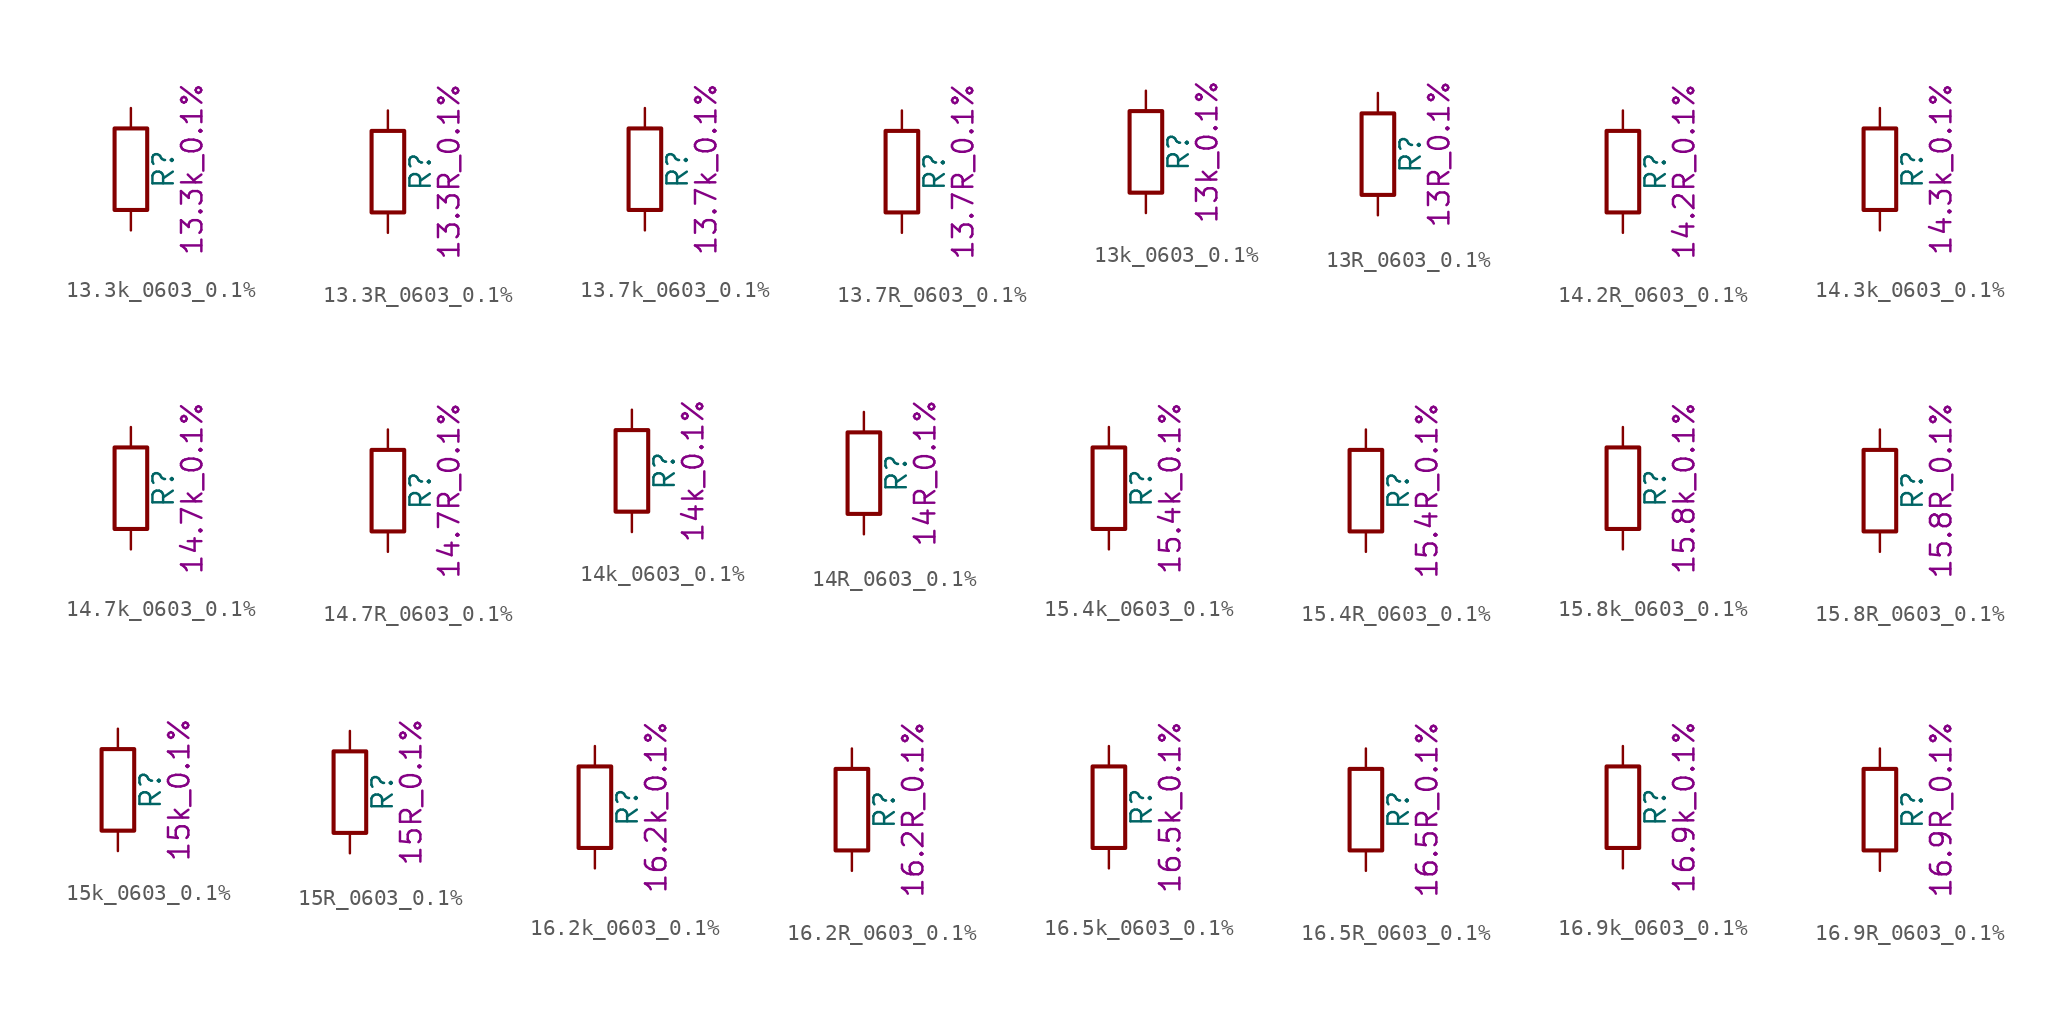
<source format=kicad_sym>
(kicad_symbol_lib
  (version 20211014)
  (generator kicad_symbol_editor)
  (symbol "13.3k_0603_0.1%"
    (pin_numbers hide)
    (pin_names
      (offset 0))
    (property "Reference" "R"
      (at 2.032 0 90)
      (effects (font (size 1.27 1.27))))
    (property "Display" "13.3k_0.1%"
      (at 3.81 0 90)
      (effects (font (size 1.27 1.27))))
    (symbol "13.3k_0603_0.1%_0_1"
      (rectangle (start -1.016 -2.54) (end 1.016 2.54) (stroke (width 0.254) (type default) (color 0 0 0 0)) (fill (type none))))
    (symbol "13.3k_0603_0.1%_1_1"
      (pin passive line (at 0 3.81 270) (length 1.27) (name "~" (effects (font (size 1.27 1.27)))) (number "1" (effects (font (size 1.27 1.27)))))
      (pin passive line (at 0 -3.81 90) (length 1.27) (name "~" (effects (font (size 1.27 1.27)))) (number "2" (effects (font (size 1.27 1.27)))))))
  (symbol "13.3R_0603_0.1%"
    (pin_numbers hide)
    (pin_names
      (offset 0))
    (property "Reference" "R"
      (at 2.032 0 90)
      (effects (font (size 1.27 1.27))))
    (property "Display" "13.3R_0.1%"
      (at 3.81 0 90)
      (effects (font (size 1.27 1.27))))
    (symbol "13.3R_0603_0.1%_0_1"
      (rectangle (start -1.016 -2.54) (end 1.016 2.54) (stroke (width 0.254) (type default) (color 0 0 0 0)) (fill (type none))))
    (symbol "13.3R_0603_0.1%_1_1"
      (pin passive line (at 0 3.81 270) (length 1.27) (name "~" (effects (font (size 1.27 1.27)))) (number "1" (effects (font (size 1.27 1.27)))))
      (pin passive line (at 0 -3.81 90) (length 1.27) (name "~" (effects (font (size 1.27 1.27)))) (number "2" (effects (font (size 1.27 1.27)))))))
  (symbol "13.7k_0603_0.1%"
    (pin_numbers hide)
    (pin_names
      (offset 0))
    (property "Reference" "R"
      (at 2.032 0 90)
      (effects (font (size 1.27 1.27))))
    (property "Display" "13.7k_0.1%"
      (at 3.81 0 90)
      (effects (font (size 1.27 1.27))))
    (symbol "13.7k_0603_0.1%_0_1"
      (rectangle (start -1.016 -2.54) (end 1.016 2.54) (stroke (width 0.254) (type default) (color 0 0 0 0)) (fill (type none))))
    (symbol "13.7k_0603_0.1%_1_1"
      (pin passive line (at 0 3.81 270) (length 1.27) (name "~" (effects (font (size 1.27 1.27)))) (number "1" (effects (font (size 1.27 1.27)))))
      (pin passive line (at 0 -3.81 90) (length 1.27) (name "~" (effects (font (size 1.27 1.27)))) (number "2" (effects (font (size 1.27 1.27)))))))
  (symbol "13.7R_0603_0.1%"
    (pin_numbers hide)
    (pin_names
      (offset 0))
    (property "Reference" "R"
      (at 2.032 0 90)
      (effects (font (size 1.27 1.27))))
    (property "Display" "13.7R_0.1%"
      (at 3.81 0 90)
      (effects (font (size 1.27 1.27))))
    (symbol "13.7R_0603_0.1%_0_1"
      (rectangle (start -1.016 -2.54) (end 1.016 2.54) (stroke (width 0.254) (type default) (color 0 0 0 0)) (fill (type none))))
    (symbol "13.7R_0603_0.1%_1_1"
      (pin passive line (at 0 3.81 270) (length 1.27) (name "~" (effects (font (size 1.27 1.27)))) (number "1" (effects (font (size 1.27 1.27)))))
      (pin passive line (at 0 -3.81 90) (length 1.27) (name "~" (effects (font (size 1.27 1.27)))) (number "2" (effects (font (size 1.27 1.27)))))))
  (symbol "13k_0603_0.1%"
    (pin_numbers hide)
    (pin_names
      (offset 0))
    (property "Reference" "R"
      (at 2.032 0 90)
      (effects (font (size 1.27 1.27))))
    (property "Display" "13k_0.1%"
      (at 3.81 0 90)
      (effects (font (size 1.27 1.27))))
    (symbol "13k_0603_0.1%_0_1"
      (rectangle (start -1.016 -2.54) (end 1.016 2.54) (stroke (width 0.254) (type default) (color 0 0 0 0)) (fill (type none))))
    (symbol "13k_0603_0.1%_1_1"
      (pin passive line (at 0 3.81 270) (length 1.27) (name "~" (effects (font (size 1.27 1.27)))) (number "1" (effects (font (size 1.27 1.27)))))
      (pin passive line (at 0 -3.81 90) (length 1.27) (name "~" (effects (font (size 1.27 1.27)))) (number "2" (effects (font (size 1.27 1.27)))))))
  (symbol "13R_0603_0.1%"
    (pin_numbers hide)
    (pin_names
      (offset 0))
    (property "Reference" "R"
      (at 2.032 0 90)
      (effects (font (size 1.27 1.27))))
    (property "Display" "13R_0.1%"
      (at 3.81 0 90)
      (effects (font (size 1.27 1.27))))
    (symbol "13R_0603_0.1%_0_1"
      (rectangle (start -1.016 -2.54) (end 1.016 2.54) (stroke (width 0.254) (type default) (color 0 0 0 0)) (fill (type none))))
    (symbol "13R_0603_0.1%_1_1"
      (pin passive line (at 0 3.81 270) (length 1.27) (name "~" (effects (font (size 1.27 1.27)))) (number "1" (effects (font (size 1.27 1.27)))))
      (pin passive line (at 0 -3.81 90) (length 1.27) (name "~" (effects (font (size 1.27 1.27)))) (number "2" (effects (font (size 1.27 1.27)))))))
  (symbol "14.2R_0603_0.1%"
    (pin_numbers hide)
    (pin_names
      (offset 0))
    (property "Reference" "R"
      (at 2.032 0 90)
      (effects (font (size 1.27 1.27))))
    (property "Display" "14.2R_0.1%"
      (at 3.81 0 90)
      (effects (font (size 1.27 1.27))))
    (symbol "14.2R_0603_0.1%_0_1"
      (rectangle (start -1.016 -2.54) (end 1.016 2.54) (stroke (width 0.254) (type default) (color 0 0 0 0)) (fill (type none))))
    (symbol "14.2R_0603_0.1%_1_1"
      (pin passive line (at 0 3.81 270) (length 1.27) (name "~" (effects (font (size 1.27 1.27)))) (number "1" (effects (font (size 1.27 1.27)))))
      (pin passive line (at 0 -3.81 90) (length 1.27) (name "~" (effects (font (size 1.27 1.27)))) (number "2" (effects (font (size 1.27 1.27)))))))
  (symbol "14.3k_0603_0.1%"
    (pin_numbers hide)
    (pin_names
      (offset 0))
    (property "Reference" "R"
      (at 2.032 0 90)
      (effects (font (size 1.27 1.27))))
    (property "Display" "14.3k_0.1%"
      (at 3.81 0 90)
      (effects (font (size 1.27 1.27))))
    (symbol "14.3k_0603_0.1%_0_1"
      (rectangle (start -1.016 -2.54) (end 1.016 2.54) (stroke (width 0.254) (type default) (color 0 0 0 0)) (fill (type none))))
    (symbol "14.3k_0603_0.1%_1_1"
      (pin passive line (at 0 3.81 270) (length 1.27) (name "~" (effects (font (size 1.27 1.27)))) (number "1" (effects (font (size 1.27 1.27)))))
      (pin passive line (at 0 -3.81 90) (length 1.27) (name "~" (effects (font (size 1.27 1.27)))) (number "2" (effects (font (size 1.27 1.27)))))))
  (symbol "14.7k_0603_0.1%"
    (pin_numbers hide)
    (pin_names
      (offset 0))
    (property "Reference" "R"
      (at 2.032 0 90)
      (effects (font (size 1.27 1.27))))
    (property "Display" "14.7k_0.1%"
      (at 3.81 0 90)
      (effects (font (size 1.27 1.27))))
    (symbol "14.7k_0603_0.1%_0_1"
      (rectangle (start -1.016 -2.54) (end 1.016 2.54) (stroke (width 0.254) (type default) (color 0 0 0 0)) (fill (type none))))
    (symbol "14.7k_0603_0.1%_1_1"
      (pin passive line (at 0 3.81 270) (length 1.27) (name "~" (effects (font (size 1.27 1.27)))) (number "1" (effects (font (size 1.27 1.27)))))
      (pin passive line (at 0 -3.81 90) (length 1.27) (name "~" (effects (font (size 1.27 1.27)))) (number "2" (effects (font (size 1.27 1.27)))))))
  (symbol "14.7R_0603_0.1%"
    (pin_numbers hide)
    (pin_names
      (offset 0))
    (property "Reference" "R"
      (at 2.032 0 90)
      (effects (font (size 1.27 1.27))))
    (property "Display" "14.7R_0.1%"
      (at 3.81 0 90)
      (effects (font (size 1.27 1.27))))
    (symbol "14.7R_0603_0.1%_0_1"
      (rectangle (start -1.016 -2.54) (end 1.016 2.54) (stroke (width 0.254) (type default) (color 0 0 0 0)) (fill (type none))))
    (symbol "14.7R_0603_0.1%_1_1"
      (pin passive line (at 0 3.81 270) (length 1.27) (name "~" (effects (font (size 1.27 1.27)))) (number "1" (effects (font (size 1.27 1.27)))))
      (pin passive line (at 0 -3.81 90) (length 1.27) (name "~" (effects (font (size 1.27 1.27)))) (number "2" (effects (font (size 1.27 1.27)))))))
  (symbol "14k_0603_0.1%"
    (pin_numbers hide)
    (pin_names
      (offset 0))
    (property "Reference" "R"
      (at 2.032 0 90)
      (effects (font (size 1.27 1.27))))
    (property "Display" "14k_0.1%"
      (at 3.81 0 90)
      (effects (font (size 1.27 1.27))))
    (symbol "14k_0603_0.1%_0_1"
      (rectangle (start -1.016 -2.54) (end 1.016 2.54) (stroke (width 0.254) (type default) (color 0 0 0 0)) (fill (type none))))
    (symbol "14k_0603_0.1%_1_1"
      (pin passive line (at 0 3.81 270) (length 1.27) (name "~" (effects (font (size 1.27 1.27)))) (number "1" (effects (font (size 1.27 1.27)))))
      (pin passive line (at 0 -3.81 90) (length 1.27) (name "~" (effects (font (size 1.27 1.27)))) (number "2" (effects (font (size 1.27 1.27)))))))
  (symbol "14R_0603_0.1%"
    (pin_numbers hide)
    (pin_names
      (offset 0))
    (property "Reference" "R"
      (at 2.032 0 90)
      (effects (font (size 1.27 1.27))))
    (property "Display" "14R_0.1%"
      (at 3.81 0 90)
      (effects (font (size 1.27 1.27))))
    (symbol "14R_0603_0.1%_0_1"
      (rectangle (start -1.016 -2.54) (end 1.016 2.54) (stroke (width 0.254) (type default) (color 0 0 0 0)) (fill (type none))))
    (symbol "14R_0603_0.1%_1_1"
      (pin passive line (at 0 3.81 270) (length 1.27) (name "~" (effects (font (size 1.27 1.27)))) (number "1" (effects (font (size 1.27 1.27)))))
      (pin passive line (at 0 -3.81 90) (length 1.27) (name "~" (effects (font (size 1.27 1.27)))) (number "2" (effects (font (size 1.27 1.27)))))))
  (symbol "15.4k_0603_0.1%"
    (pin_numbers hide)
    (pin_names
      (offset 0))
    (property "Reference" "R"
      (at 2.032 0 90)
      (effects (font (size 1.27 1.27))))
    (property "Display" "15.4k_0.1%"
      (at 3.81 0 90)
      (effects (font (size 1.27 1.27))))
    (symbol "15.4k_0603_0.1%_0_1"
      (rectangle (start -1.016 -2.54) (end 1.016 2.54) (stroke (width 0.254) (type default) (color 0 0 0 0)) (fill (type none))))
    (symbol "15.4k_0603_0.1%_1_1"
      (pin passive line (at 0 3.81 270) (length 1.27) (name "~" (effects (font (size 1.27 1.27)))) (number "1" (effects (font (size 1.27 1.27)))))
      (pin passive line (at 0 -3.81 90) (length 1.27) (name "~" (effects (font (size 1.27 1.27)))) (number "2" (effects (font (size 1.27 1.27)))))))
  (symbol "15.4R_0603_0.1%"
    (pin_numbers hide)
    (pin_names
      (offset 0))
    (property "Reference" "R"
      (at 2.032 0 90)
      (effects (font (size 1.27 1.27))))
    (property "Display" "15.4R_0.1%"
      (at 3.81 0 90)
      (effects (font (size 1.27 1.27))))
    (symbol "15.4R_0603_0.1%_0_1"
      (rectangle (start -1.016 -2.54) (end 1.016 2.54) (stroke (width 0.254) (type default) (color 0 0 0 0)) (fill (type none))))
    (symbol "15.4R_0603_0.1%_1_1"
      (pin passive line (at 0 3.81 270) (length 1.27) (name "~" (effects (font (size 1.27 1.27)))) (number "1" (effects (font (size 1.27 1.27)))))
      (pin passive line (at 0 -3.81 90) (length 1.27) (name "~" (effects (font (size 1.27 1.27)))) (number "2" (effects (font (size 1.27 1.27)))))))
  (symbol "15.8k_0603_0.1%"
    (pin_numbers hide)
    (pin_names
      (offset 0))
    (property "Reference" "R"
      (at 2.032 0 90)
      (effects (font (size 1.27 1.27))))
    (property "Display" "15.8k_0.1%"
      (at 3.81 0 90)
      (effects (font (size 1.27 1.27))))
    (symbol "15.8k_0603_0.1%_0_1"
      (rectangle (start -1.016 -2.54) (end 1.016 2.54) (stroke (width 0.254) (type default) (color 0 0 0 0)) (fill (type none))))
    (symbol "15.8k_0603_0.1%_1_1"
      (pin passive line (at 0 3.81 270) (length 1.27) (name "~" (effects (font (size 1.27 1.27)))) (number "1" (effects (font (size 1.27 1.27)))))
      (pin passive line (at 0 -3.81 90) (length 1.27) (name "~" (effects (font (size 1.27 1.27)))) (number "2" (effects (font (size 1.27 1.27)))))))
  (symbol "15.8R_0603_0.1%"
    (pin_numbers hide)
    (pin_names
      (offset 0))
    (property "Reference" "R"
      (at 2.032 0 90)
      (effects (font (size 1.27 1.27))))
    (property "Display" "15.8R_0.1%"
      (at 3.81 0 90)
      (effects (font (size 1.27 1.27))))
    (symbol "15.8R_0603_0.1%_0_1"
      (rectangle (start -1.016 -2.54) (end 1.016 2.54) (stroke (width 0.254) (type default) (color 0 0 0 0)) (fill (type none))))
    (symbol "15.8R_0603_0.1%_1_1"
      (pin passive line (at 0 3.81 270) (length 1.27) (name "~" (effects (font (size 1.27 1.27)))) (number "1" (effects (font (size 1.27 1.27)))))
      (pin passive line (at 0 -3.81 90) (length 1.27) (name "~" (effects (font (size 1.27 1.27)))) (number "2" (effects (font (size 1.27 1.27)))))))
  (symbol "15k_0603_0.1%"
    (pin_numbers hide)
    (pin_names
      (offset 0))
    (property "Reference" "R"
      (at 2.032 0 90)
      (effects (font (size 1.27 1.27))))
    (property "Display" "15k_0.1%"
      (at 3.81 0 90)
      (effects (font (size 1.27 1.27))))
    (symbol "15k_0603_0.1%_0_1"
      (rectangle (start -1.016 -2.54) (end 1.016 2.54) (stroke (width 0.254) (type default) (color 0 0 0 0)) (fill (type none))))
    (symbol "15k_0603_0.1%_1_1"
      (pin passive line (at 0 3.81 270) (length 1.27) (name "~" (effects (font (size 1.27 1.27)))) (number "1" (effects (font (size 1.27 1.27)))))
      (pin passive line (at 0 -3.81 90) (length 1.27) (name "~" (effects (font (size 1.27 1.27)))) (number "2" (effects (font (size 1.27 1.27)))))))
  (symbol "15R_0603_0.1%"
    (pin_numbers hide)
    (pin_names
      (offset 0))
    (property "Reference" "R"
      (at 2.032 0 90)
      (effects (font (size 1.27 1.27))))
    (property "Display" "15R_0.1%"
      (at 3.81 0 90)
      (effects (font (size 1.27 1.27))))
    (symbol "15R_0603_0.1%_0_1"
      (rectangle (start -1.016 -2.54) (end 1.016 2.54) (stroke (width 0.254) (type default) (color 0 0 0 0)) (fill (type none))))
    (symbol "15R_0603_0.1%_1_1"
      (pin passive line (at 0 3.81 270) (length 1.27) (name "~" (effects (font (size 1.27 1.27)))) (number "1" (effects (font (size 1.27 1.27)))))
      (pin passive line (at 0 -3.81 90) (length 1.27) (name "~" (effects (font (size 1.27 1.27)))) (number "2" (effects (font (size 1.27 1.27)))))))
  (symbol "16.2k_0603_0.1%"
    (pin_numbers hide)
    (pin_names
      (offset 0))
    (property "Reference" "R"
      (at 2.032 0 90)
      (effects (font (size 1.27 1.27))))
    (property "Display" "16.2k_0.1%"
      (at 3.81 0 90)
      (effects (font (size 1.27 1.27))))
    (symbol "16.2k_0603_0.1%_0_1"
      (rectangle (start -1.016 -2.54) (end 1.016 2.54) (stroke (width 0.254) (type default) (color 0 0 0 0)) (fill (type none))))
    (symbol "16.2k_0603_0.1%_1_1"
      (pin passive line (at 0 3.81 270) (length 1.27) (name "~" (effects (font (size 1.27 1.27)))) (number "1" (effects (font (size 1.27 1.27)))))
      (pin passive line (at 0 -3.81 90) (length 1.27) (name "~" (effects (font (size 1.27 1.27)))) (number "2" (effects (font (size 1.27 1.27)))))))
  (symbol "16.2R_0603_0.1%"
    (pin_numbers hide)
    (pin_names
      (offset 0))
    (property "Reference" "R"
      (at 2.032 0 90)
      (effects (font (size 1.27 1.27))))
    (property "Display" "16.2R_0.1%"
      (at 3.81 0 90)
      (effects (font (size 1.27 1.27))))
    (symbol "16.2R_0603_0.1%_0_1"
      (rectangle (start -1.016 -2.54) (end 1.016 2.54) (stroke (width 0.254) (type default) (color 0 0 0 0)) (fill (type none))))
    (symbol "16.2R_0603_0.1%_1_1"
      (pin passive line (at 0 3.81 270) (length 1.27) (name "~" (effects (font (size 1.27 1.27)))) (number "1" (effects (font (size 1.27 1.27)))))
      (pin passive line (at 0 -3.81 90) (length 1.27) (name "~" (effects (font (size 1.27 1.27)))) (number "2" (effects (font (size 1.27 1.27)))))))
  (symbol "16.5k_0603_0.1%"
    (pin_numbers hide)
    (pin_names
      (offset 0))
    (property "Reference" "R"
      (at 2.032 0 90)
      (effects (font (size 1.27 1.27))))
    (property "Display" "16.5k_0.1%"
      (at 3.81 0 90)
      (effects (font (size 1.27 1.27))))
    (symbol "16.5k_0603_0.1%_0_1"
      (rectangle (start -1.016 -2.54) (end 1.016 2.54) (stroke (width 0.254) (type default) (color 0 0 0 0)) (fill (type none))))
    (symbol "16.5k_0603_0.1%_1_1"
      (pin passive line (at 0 3.81 270) (length 1.27) (name "~" (effects (font (size 1.27 1.27)))) (number "1" (effects (font (size 1.27 1.27)))))
      (pin passive line (at 0 -3.81 90) (length 1.27) (name "~" (effects (font (size 1.27 1.27)))) (number "2" (effects (font (size 1.27 1.27)))))))
  (symbol "16.5R_0603_0.1%"
    (pin_numbers hide)
    (pin_names
      (offset 0))
    (property "Reference" "R"
      (at 2.032 0 90)
      (effects (font (size 1.27 1.27))))
    (property "Display" "16.5R_0.1%"
      (at 3.81 0 90)
      (effects (font (size 1.27 1.27))))
    (symbol "16.5R_0603_0.1%_0_1"
      (rectangle (start -1.016 -2.54) (end 1.016 2.54) (stroke (width 0.254) (type default) (color 0 0 0 0)) (fill (type none))))
    (symbol "16.5R_0603_0.1%_1_1"
      (pin passive line (at 0 3.81 270) (length 1.27) (name "~" (effects (font (size 1.27 1.27)))) (number "1" (effects (font (size 1.27 1.27)))))
      (pin passive line (at 0 -3.81 90) (length 1.27) (name "~" (effects (font (size 1.27 1.27)))) (number "2" (effects (font (size 1.27 1.27)))))))
  (symbol "16.9k_0603_0.1%"
    (pin_numbers hide)
    (pin_names
      (offset 0))
    (property "Reference" "R"
      (at 2.032 0 90)
      (effects (font (size 1.27 1.27))))
    (property "Display" "16.9k_0.1%"
      (at 3.81 0 90)
      (effects (font (size 1.27 1.27))))
    (symbol "16.9k_0603_0.1%_0_1"
      (rectangle (start -1.016 -2.54) (end 1.016 2.54) (stroke (width 0.254) (type default) (color 0 0 0 0)) (fill (type none))))
    (symbol "16.9k_0603_0.1%_1_1"
      (pin passive line (at 0 3.81 270) (length 1.27) (name "~" (effects (font (size 1.27 1.27)))) (number "1" (effects (font (size 1.27 1.27)))))
      (pin passive line (at 0 -3.81 90) (length 1.27) (name "~" (effects (font (size 1.27 1.27)))) (number "2" (effects (font (size 1.27 1.27)))))))
  (symbol "16.9R_0603_0.1%"
    (pin_numbers hide)
    (pin_names
      (offset 0))
    (property "Reference" "R"
      (at 2.032 0 90)
      (effects (font (size 1.27 1.27))))
    (property "Display" "16.9R_0.1%"
      (at 3.81 0 90)
      (effects (font (size 1.27 1.27))))
    (symbol "16.9R_0603_0.1%_0_1"
      (rectangle (start -1.016 -2.54) (end 1.016 2.54) (stroke (width 0.254) (type default) (color 0 0 0 0)) (fill (type none))))
    (symbol "16.9R_0603_0.1%_1_1"
      (pin passive line (at 0 3.81 270) (length 1.27) (name "~" (effects (font (size 1.27 1.27)))) (number "1" (effects (font (size 1.27 1.27)))))
      (pin passive line (at 0 -3.81 90) (length 1.27) (name "~" (effects (font (size 1.27 1.27)))) (number "2" (effects (font (size 1.27 1.27))))))))
</source>
